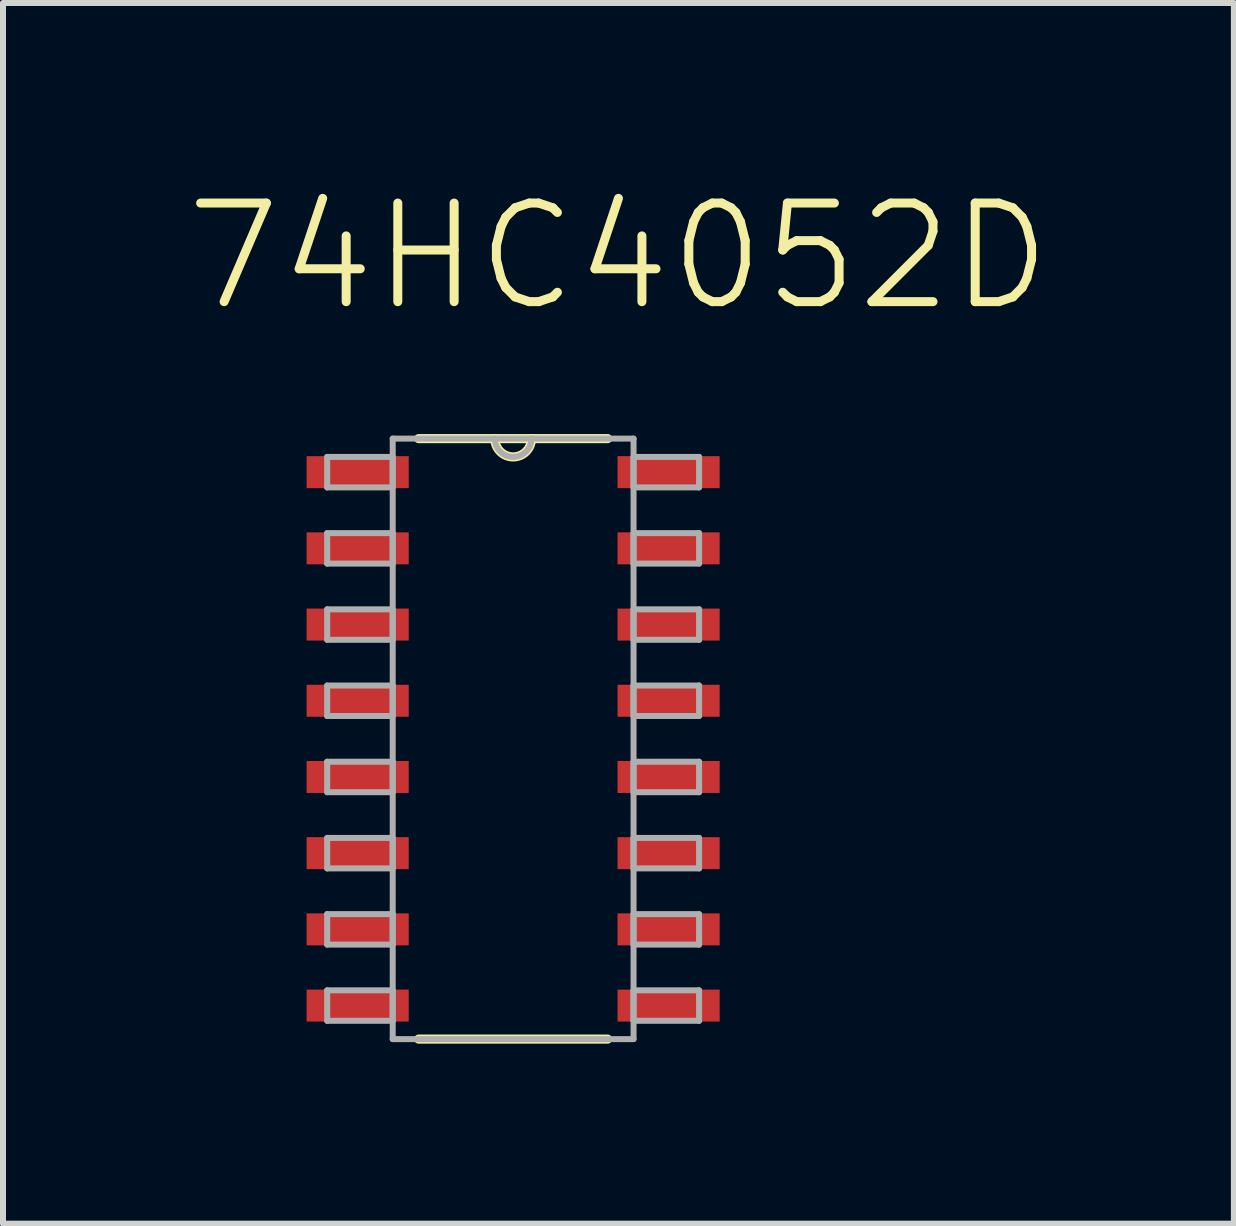
<source format=kicad_pcb>
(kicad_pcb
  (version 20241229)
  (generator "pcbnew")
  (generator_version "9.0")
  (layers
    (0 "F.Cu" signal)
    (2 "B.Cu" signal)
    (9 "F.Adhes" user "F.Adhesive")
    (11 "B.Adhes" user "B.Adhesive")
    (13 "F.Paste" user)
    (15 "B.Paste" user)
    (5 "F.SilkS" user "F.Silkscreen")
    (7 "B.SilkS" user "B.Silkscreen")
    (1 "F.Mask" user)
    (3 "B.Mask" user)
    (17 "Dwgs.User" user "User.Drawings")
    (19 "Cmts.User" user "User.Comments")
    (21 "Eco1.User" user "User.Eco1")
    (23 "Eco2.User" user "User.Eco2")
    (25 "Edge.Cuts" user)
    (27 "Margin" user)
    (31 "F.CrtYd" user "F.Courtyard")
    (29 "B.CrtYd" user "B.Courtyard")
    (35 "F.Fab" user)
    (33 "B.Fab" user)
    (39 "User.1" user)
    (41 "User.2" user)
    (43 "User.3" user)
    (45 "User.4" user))
  (footprint "74HC4052D"
    (layer "F.Cu")
    (at 5.502 9.264)
    (property "Reference" "74HC4052D" (at 1.755 -8.039 0) (layer "F.SilkS") (effects (font (size 1.643 1.643) (thickness 0.15))))
    (attr smd)
    (fp_line (start -1.575 5.004) (end 1.575 5.004) (stroke (width 0.152) (type solid)) (layer "F.SilkS"))
    (fp_line (start -0.305 -5.004) (end -1.575 -5.004) (stroke (width 0.152) (type solid)) (layer "F.SilkS"))
    (fp_line (start 0.305 -5.004) (end -0.305 -5.004) (stroke (width 0.152) (type solid)) (layer "F.SilkS"))
    (fp_line (start 1.575 -5.004) (end 0.305 -5.004) (stroke (width 0.152) (type solid)) (layer "F.SilkS"))
    (fp_arc (start 0.3048 -5.0038) (mid 0 -4.699) (end -0.3048 -5.0038) (stroke (width 0.1524) (type solid)) (layer "F.SilkS"))
    (fp_line (start -3.099 -4.699) (end -3.099 -4.191) (stroke (width 0.1) (type solid)) (layer "F.Fab"))
    (fp_line (start -3.099 -4.191) (end -2.007 -4.191) (stroke (width 0.1) (type solid)) (layer "F.Fab"))
    (fp_line (start -3.099 -3.429) (end -3.099 -2.921) (stroke (width 0.1) (type solid)) (layer "F.Fab"))
    (fp_line (start -3.099 -2.921) (end -2.007 -2.921) (stroke (width 0.1) (type solid)) (layer "F.Fab"))
    (fp_line (start -3.099 -2.159) (end -3.099 -1.651) (stroke (width 0.1) (type solid)) (layer "F.Fab"))
    (fp_line (start -3.099 -1.651) (end -2.007 -1.651) (stroke (width 0.1) (type solid)) (layer "F.Fab"))
    (fp_line (start -3.099 -0.889) (end -3.099 -0.381) (stroke (width 0.1) (type solid)) (layer "F.Fab"))
    (fp_line (start -3.099 -0.381) (end -2.007 -0.381) (stroke (width 0.1) (type solid)) (layer "F.Fab"))
    (fp_line (start -3.099 0.381) (end -3.099 0.889) (stroke (width 0.1) (type solid)) (layer "F.Fab"))
    (fp_line (start -3.099 0.889) (end -2.007 0.889) (stroke (width 0.1) (type solid)) (layer "F.Fab"))
    (fp_line (start -3.099 1.651) (end -3.099 2.159) (stroke (width 0.1) (type solid)) (layer "F.Fab"))
    (fp_line (start -3.099 2.159) (end -2.007 2.159) (stroke (width 0.1) (type solid)) (layer "F.Fab"))
    (fp_line (start -3.099 2.921) (end -3.099 3.429) (stroke (width 0.1) (type solid)) (layer "F.Fab"))
    (fp_line (start -3.099 3.429) (end -2.007 3.429) (stroke (width 0.1) (type solid)) (layer "F.Fab"))
    (fp_line (start -3.099 4.191) (end -3.099 4.699) (stroke (width 0.1) (type solid)) (layer "F.Fab"))
    (fp_line (start -3.099 4.699) (end -2.007 4.699) (stroke (width 0.1) (type solid)) (layer "F.Fab"))
    (fp_line (start -2.007 -5.004) (end -2.007 5.004) (stroke (width 0.1) (type solid)) (layer "F.Fab"))
    (fp_line (start -2.007 -4.699) (end -3.099 -4.699) (stroke (width 0.1) (type solid)) (layer "F.Fab"))
    (fp_line (start -2.007 -4.191) (end -2.007 -4.699) (stroke (width 0.1) (type solid)) (layer "F.Fab"))
    (fp_line (start -2.007 -3.429) (end -3.099 -3.429) (stroke (width 0.1) (type solid)) (layer "F.Fab"))
    (fp_line (start -2.007 -2.921) (end -2.007 -3.429) (stroke (width 0.1) (type solid)) (layer "F.Fab"))
    (fp_line (start -2.007 -2.159) (end -3.099 -2.159) (stroke (width 0.1) (type solid)) (layer "F.Fab"))
    (fp_line (start -2.007 -1.651) (end -2.007 -2.159) (stroke (width 0.1) (type solid)) (layer "F.Fab"))
    (fp_line (start -2.007 -0.889) (end -3.099 -0.889) (stroke (width 0.1) (type solid)) (layer "F.Fab"))
    (fp_line (start -2.007 -0.381) (end -2.007 -0.889) (stroke (width 0.1) (type solid)) (layer "F.Fab"))
    (fp_line (start -2.007 0.381) (end -3.099 0.381) (stroke (width 0.1) (type solid)) (layer "F.Fab"))
    (fp_line (start -2.007 0.889) (end -2.007 0.381) (stroke (width 0.1) (type solid)) (layer "F.Fab"))
    (fp_line (start -2.007 1.651) (end -3.099 1.651) (stroke (width 0.1) (type solid)) (layer "F.Fab"))
    (fp_line (start -2.007 2.159) (end -2.007 1.651) (stroke (width 0.1) (type solid)) (layer "F.Fab"))
    (fp_line (start -2.007 2.921) (end -3.099 2.921) (stroke (width 0.1) (type solid)) (layer "F.Fab"))
    (fp_line (start -2.007 3.429) (end -2.007 2.921) (stroke (width 0.1) (type solid)) (layer "F.Fab"))
    (fp_line (start -2.007 4.191) (end -3.099 4.191) (stroke (width 0.1) (type solid)) (layer "F.Fab"))
    (fp_line (start -2.007 4.699) (end -2.007 4.191) (stroke (width 0.1) (type solid)) (layer "F.Fab"))
    (fp_line (start -2.007 5.004) (end 2.007 5.004) (stroke (width 0.1) (type solid)) (layer "F.Fab"))
    (fp_line (start -0.305 -5.004) (end -2.007 -5.004) (stroke (width 0.1) (type solid)) (layer "F.Fab"))
    (fp_line (start 0.305 -5.004) (end -0.305 -5.004) (stroke (width 0.1) (type solid)) (layer "F.Fab"))
    (fp_line (start 2.007 -5.004) (end 0.305 -5.004) (stroke (width 0.1) (type solid)) (layer "F.Fab"))
    (fp_line (start 2.007 -4.699) (end 2.007 -4.191) (stroke (width 0.1) (type solid)) (layer "F.Fab"))
    (fp_line (start 2.007 -4.191) (end 3.099 -4.191) (stroke (width 0.1) (type solid)) (layer "F.Fab"))
    (fp_line (start 2.007 -3.429) (end 2.007 -2.921) (stroke (width 0.1) (type solid)) (layer "F.Fab"))
    (fp_line (start 2.007 -2.921) (end 3.099 -2.921) (stroke (width 0.1) (type solid)) (layer "F.Fab"))
    (fp_line (start 2.007 -2.159) (end 2.007 -1.651) (stroke (width 0.1) (type solid)) (layer "F.Fab"))
    (fp_line (start 2.007 -1.651) (end 3.099 -1.651) (stroke (width 0.1) (type solid)) (layer "F.Fab"))
    (fp_line (start 2.007 -0.889) (end 2.007 -0.381) (stroke (width 0.1) (type solid)) (layer "F.Fab"))
    (fp_line (start 2.007 -0.381) (end 3.099 -0.381) (stroke (width 0.1) (type solid)) (layer "F.Fab"))
    (fp_line (start 2.007 0.381) (end 2.007 0.889) (stroke (width 0.1) (type solid)) (layer "F.Fab"))
    (fp_line (start 2.007 0.889) (end 3.099 0.889) (stroke (width 0.1) (type solid)) (layer "F.Fab"))
    (fp_line (start 2.007 1.651) (end 2.007 2.159) (stroke (width 0.1) (type solid)) (layer "F.Fab"))
    (fp_line (start 2.007 2.159) (end 3.099 2.159) (stroke (width 0.1) (type solid)) (layer "F.Fab"))
    (fp_line (start 2.007 2.921) (end 2.007 3.429) (stroke (width 0.1) (type solid)) (layer "F.Fab"))
    (fp_line (start 2.007 3.429) (end 3.099 3.429) (stroke (width 0.1) (type solid)) (layer "F.Fab"))
    (fp_line (start 2.007 4.191) (end 2.007 4.699) (stroke (width 0.1) (type solid)) (layer "F.Fab"))
    (fp_line (start 2.007 4.699) (end 3.099 4.699) (stroke (width 0.1) (type solid)) (layer "F.Fab"))
    (fp_line (start 2.007 5.004) (end 2.007 -5.004) (stroke (width 0.1) (type solid)) (layer "F.Fab"))
    (fp_line (start 3.099 -4.699) (end 2.007 -4.699) (stroke (width 0.1) (type solid)) (layer "F.Fab"))
    (fp_line (start 3.099 -4.191) (end 3.099 -4.699) (stroke (width 0.1) (type solid)) (layer "F.Fab"))
    (fp_line (start 3.099 -3.429) (end 2.007 -3.429) (stroke (width 0.1) (type solid)) (layer "F.Fab"))
    (fp_line (start 3.099 -2.921) (end 3.099 -3.429) (stroke (width 0.1) (type solid)) (layer "F.Fab"))
    (fp_line (start 3.099 -2.159) (end 2.007 -2.159) (stroke (width 0.1) (type solid)) (layer "F.Fab"))
    (fp_line (start 3.099 -1.651) (end 3.099 -2.159) (stroke (width 0.1) (type solid)) (layer "F.Fab"))
    (fp_line (start 3.099 -0.889) (end 2.007 -0.889) (stroke (width 0.1) (type solid)) (layer "F.Fab"))
    (fp_line (start 3.099 -0.381) (end 3.099 -0.889) (stroke (width 0.1) (type solid)) (layer "F.Fab"))
    (fp_line (start 3.099 0.381) (end 2.007 0.381) (stroke (width 0.1) (type solid)) (layer "F.Fab"))
    (fp_line (start 3.099 0.889) (end 3.099 0.381) (stroke (width 0.1) (type solid)) (layer "F.Fab"))
    (fp_line (start 3.099 1.651) (end 2.007 1.651) (stroke (width 0.1) (type solid)) (layer "F.Fab"))
    (fp_line (start 3.099 2.159) (end 3.099 1.651) (stroke (width 0.1) (type solid)) (layer "F.Fab"))
    (fp_line (start 3.099 2.921) (end 2.007 2.921) (stroke (width 0.1) (type solid)) (layer "F.Fab"))
    (fp_line (start 3.099 3.429) (end 3.099 2.921) (stroke (width 0.1) (type solid)) (layer "F.Fab"))
    (fp_line (start 3.099 4.191) (end 2.007 4.191) (stroke (width 0.1) (type solid)) (layer "F.Fab"))
    (fp_line (start 3.099 4.699) (end 3.099 4.191) (stroke (width 0.1) (type solid)) (layer "F.Fab"))
    (fp_arc (start 0.3048 -5.0038) (mid 0 -4.699) (end -0.3048 -5.0038) (stroke (width 0.1) (type solid)) (layer "F.Fab"))
    (pad "1" smd rect (at -2.591 -4.445) (size 1.702 0.533) (layers "F.Cu" "F.Mask" "F.Paste"))
    (pad "2" smd rect (at -2.591 -3.175) (size 1.702 0.533) (layers "F.Cu" "F.Mask" "F.Paste"))
    (pad "3" smd rect (at -2.591 -1.905) (size 1.702 0.533) (layers "F.Cu" "F.Mask" "F.Paste"))
    (pad "4" smd rect (at -2.591 -0.635) (size 1.702 0.533) (layers "F.Cu" "F.Mask" "F.Paste"))
    (pad "5" smd rect (at -2.591 0.635) (size 1.702 0.533) (layers "F.Cu" "F.Mask" "F.Paste"))
    (pad "6" smd rect (at -2.591 1.905) (size 1.702 0.533) (layers "F.Cu" "F.Mask" "F.Paste"))
    (pad "7" smd rect (at -2.591 3.175) (size 1.702 0.533) (layers "F.Cu" "F.Mask" "F.Paste"))
    (pad "8" smd rect (at -2.591 4.445) (size 1.702 0.533) (layers "F.Cu" "F.Mask" "F.Paste"))
    (pad "9" smd rect (at 2.591 4.445) (size 1.702 0.533) (layers "F.Cu" "F.Mask" "F.Paste"))
    (pad "10" smd rect (at 2.591 3.175) (size 1.702 0.533) (layers "F.Cu" "F.Mask" "F.Paste"))
    (pad "11" smd rect (at 2.591 1.905) (size 1.702 0.533) (layers "F.Cu" "F.Mask" "F.Paste"))
    (pad "12" smd rect (at 2.591 0.635) (size 1.702 0.533) (layers "F.Cu" "F.Mask" "F.Paste"))
    (pad "13" smd rect (at 2.591 -0.635) (size 1.702 0.533) (layers "F.Cu" "F.Mask" "F.Paste"))
    (pad "14" smd rect (at 2.591 -1.905) (size 1.702 0.533) (layers "F.Cu" "F.Mask" "F.Paste"))
    (pad "15" smd rect (at 2.591 -3.175) (size 1.702 0.533) (layers "F.Cu" "F.Mask" "F.Paste"))
    (pad "16" smd rect (at 2.591 -4.445) (size 1.702 0.533) (layers "F.Cu" "F.Mask" "F.Paste")))
  (gr_rect
    (start -3 -3)
    (end 17.514 17.344)
    (stroke (width 0.1) (type default))
    (fill no)
    (layer "Edge.Cuts")))
</source>
